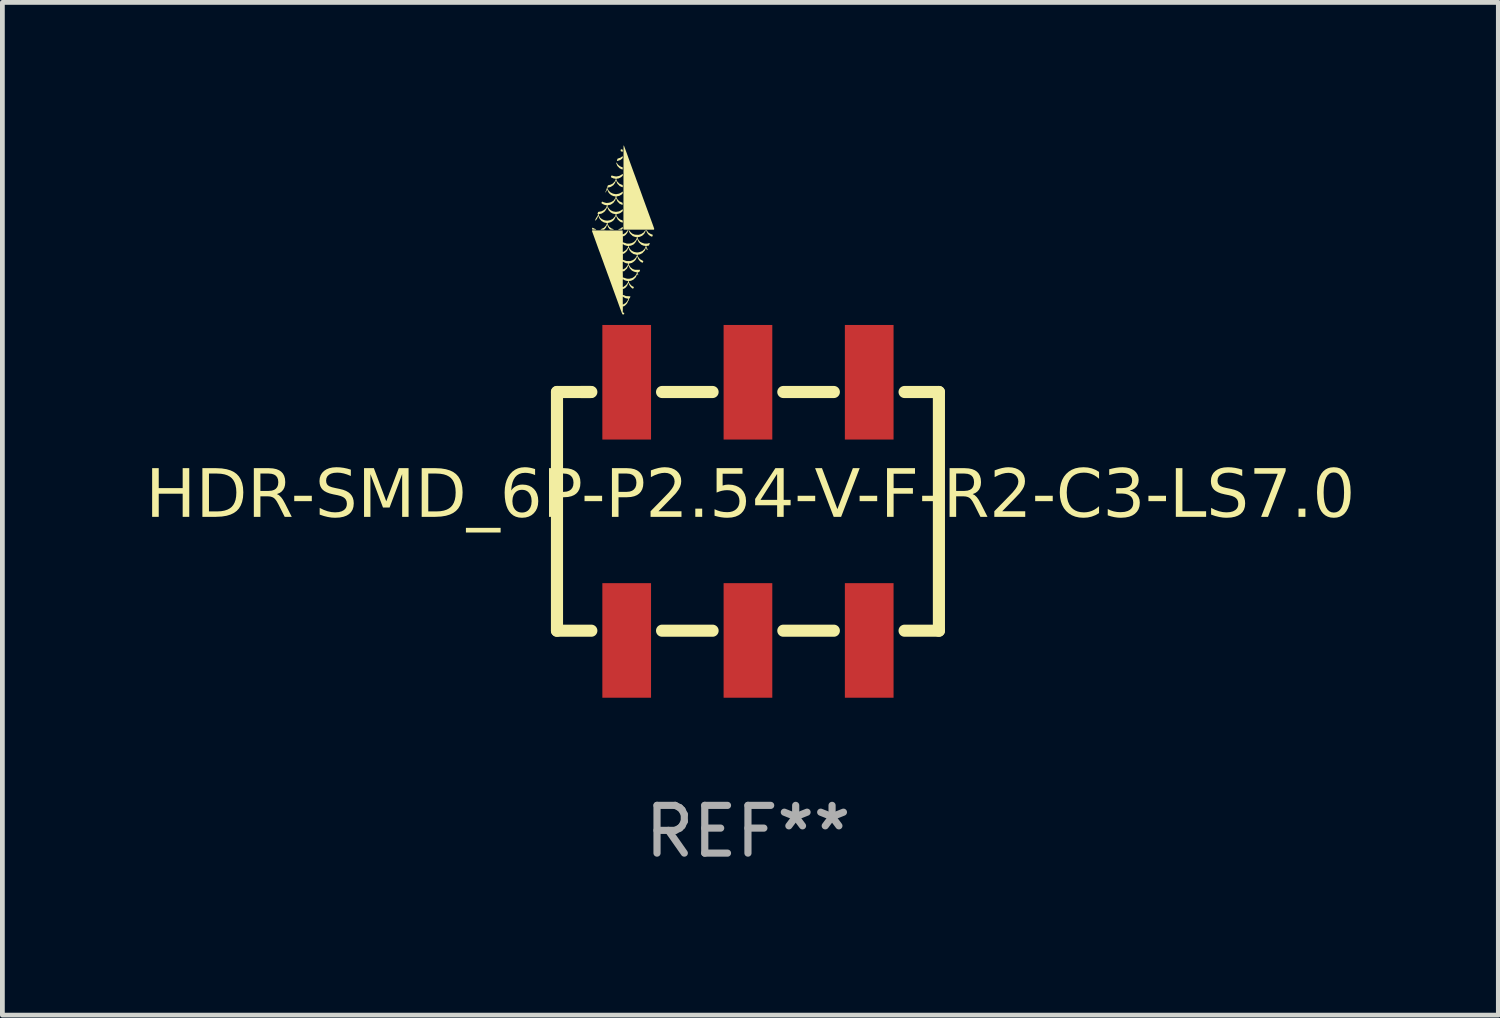
<source format=kicad_pcb>
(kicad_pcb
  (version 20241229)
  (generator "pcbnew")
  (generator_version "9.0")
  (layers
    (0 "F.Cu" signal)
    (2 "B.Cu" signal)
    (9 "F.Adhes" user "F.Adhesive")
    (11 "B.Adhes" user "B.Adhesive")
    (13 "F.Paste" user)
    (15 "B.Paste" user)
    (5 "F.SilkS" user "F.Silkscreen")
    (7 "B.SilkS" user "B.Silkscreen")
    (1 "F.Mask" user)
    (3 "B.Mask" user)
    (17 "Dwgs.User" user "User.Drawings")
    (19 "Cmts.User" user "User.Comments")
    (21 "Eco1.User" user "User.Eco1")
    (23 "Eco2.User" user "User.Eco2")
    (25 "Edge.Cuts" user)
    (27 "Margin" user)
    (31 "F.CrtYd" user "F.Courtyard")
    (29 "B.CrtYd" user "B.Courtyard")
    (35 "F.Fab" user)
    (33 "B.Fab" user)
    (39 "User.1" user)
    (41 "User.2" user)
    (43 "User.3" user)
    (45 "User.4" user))
  (footprint "HDR-SMD_6P-P2.54-V-F-R2-C3-LS7.0"
    (layer "F.Cu")
    (at 12.617 7.661)
    (property "Reference" "HDR-SMD_6P-P2.54-V-F-R2-C3-LS7.0" (at 0.05 -0.3 0) (layer "F.SilkS") (effects (font (face "Anko Personal Use SemBd") (size 1 1) (thickness 0.15))))
    (attr smd)
    (fp_line (start -4 -2.5) (end -4 2.5) (stroke (width 0.254) (type solid)) (layer "F.SilkS"))
    (fp_line (start -4 2.5) (end -3.281 2.5) (stroke (width 0.254) (type solid)) (layer "F.SilkS"))
    (fp_line (start -3.3 -2.5) (end -4 -2.5) (stroke (width 0.254) (type solid)) (layer "F.SilkS"))
    (fp_line (start -3.281 -2.5) (end -3.5 -2.5) (stroke (width 0.254) (type solid)) (layer "F.SilkS"))
    (fp_line (start -1.799 2.5) (end -0.741 2.5) (stroke (width 0.254) (type solid)) (layer "F.SilkS"))
    (fp_line (start -0.741 -2.5) (end -1.799 -2.5) (stroke (width 0.254) (type solid)) (layer "F.SilkS"))
    (fp_line (start 0.741 2.5) (end 1.799 2.5) (stroke (width 0.254) (type solid)) (layer "F.SilkS"))
    (fp_line (start 1.799 -2.5) (end 0.741 -2.5) (stroke (width 0.254) (type solid)) (layer "F.SilkS"))
    (fp_line (start 3.281 2.5) (end 4 2.5) (stroke (width 0.254) (type solid)) (layer "F.SilkS"))
    (fp_line (start 4 -2.5) (end 3.281 -2.5) (stroke (width 0.254) (type solid)) (layer "F.SilkS"))
    (fp_line (start 4 2.5) (end 4 -2.5) (stroke (width 0.254) (type solid)) (layer "F.SilkS"))
    (fp_poly (pts (xy -2.639 -7.58) (xy -2.622 -7.575) (xy -2.622 -7.554) (xy -2.622 -7.534) (xy -2.633 -7.534) (xy -2.634 -7.534) (xy -2.635 -7.534) (xy -2.636 -7.534) (xy -2.638 -7.534) (xy -2.639 -7.535) (xy -2.64 -7.535) (xy -2.642 -7.535) (xy -2.643 -7.536) (xy -2.645 -7.536) (xy -2.646 -7.537) (xy -2.648 -7.537) (xy -2.649 -7.538) (xy -2.651 -7.538) (xy -2.652 -7.539) (xy -2.653 -7.539) (xy -2.655 -7.54) (xy -2.666 -7.546) (xy -2.666 -7.561) (xy -2.665 -7.577) (xy -2.66 -7.581) (xy -2.656 -7.586)) (stroke (width -0.000001) (type solid)) (fill yes) (layer "F.SilkS"))
    (fp_poly (pts (xy -2.622 -5.924) (xy -2.631 -5.913) (xy -2.64 -5.902) (xy -2.671 -5.901) (xy -2.703 -5.9) (xy -2.712 -5.904) (xy -2.722 -5.907) (xy -2.697 -5.915) (xy -2.673 -5.924) (xy -2.652 -5.939) (xy -2.65 -5.941) (xy -2.648 -5.943) (xy -2.644 -5.945) (xy -2.64 -5.948) (xy -2.638 -5.949) (xy -2.636 -5.95) (xy -2.635 -5.952) (xy -2.633 -5.952) (xy -2.632 -5.953) (xy -2.63 -5.954) (xy -2.629 -5.954) (xy -2.628 -5.955) (xy -2.627 -5.955) (xy -2.627 -5.955) (xy -2.627 -5.955) (xy -2.622 -5.955)) (stroke (width -0.000001) (type solid)) (fill yes) (layer "F.SilkS"))
    (fp_poly (pts (xy -2.587 -7.633) (xy -2.568 -7.581) (xy -2.536 -7.495) (xy -2.472 -7.316) (xy -2.408 -7.14) (xy -2.378 -7.058) (xy -2.367 -7.029) (xy -2.361 -7.013) (xy -2.345 -6.968) (xy -2.315 -6.886) (xy -2.245 -6.694) (xy -2.219 -6.622) (xy -2.199 -6.566) (xy -2.078 -6.235) (xy -2.002 -6.028) (xy -1.978 -5.961) (xy -1.968 -5.932) (xy -1.963 -5.915) (xy -1.966 -5.907) (xy -1.969 -5.9) (xy -2.598 -5.9) (xy -2.603 -5.906) (xy -2.608 -5.912) (xy -2.607 -6.787) (xy -2.606 -7.661) (xy -2.598 -7.661)) (stroke (width -0.000001) (type solid)) (fill yes) (layer "F.SilkS"))
    (fp_poly (pts (xy -3.238 -5.933) (xy -3.234 -5.931) (xy -3.23 -5.929) (xy -3.225 -5.927) (xy -3.22 -5.924) (xy -3.215 -5.922) (xy -3.209 -5.92) (xy -3.204 -5.917) (xy -3.2 -5.916) (xy -3.177 -5.907) (xy -3.183 -5.904) (xy -3.189 -5.9) (xy -3.22 -5.9) (xy -3.25 -5.9) (xy -3.258 -5.905) (xy -3.266 -5.909) (xy -3.266 -5.917) (xy -3.266 -5.918) (xy -3.266 -5.919) (xy -3.266 -5.92) (xy -3.265 -5.921) (xy -3.265 -5.922) (xy -3.265 -5.923) (xy -3.264 -5.925) (xy -3.264 -5.926) (xy -3.264 -5.927) (xy -3.263 -5.928) (xy -3.263 -5.929) (xy -3.262 -5.93) (xy -3.261 -5.931) (xy -3.261 -5.932) (xy -3.26 -5.933) (xy -3.26 -5.934) (xy -3.253 -5.943)) (stroke (width -0.000001) (type solid)) (fill yes) (layer "F.SilkS"))
    (fp_poly (pts (xy -2.106 -5.869) (xy -2.088 -5.842) (xy -2.066 -5.827) (xy -2.061 -5.824) (xy -2.055 -5.821) (xy -2.05 -5.818) (xy -2.044 -5.814) (xy -2.038 -5.811) (xy -2.032 -5.809) (xy -2.027 -5.806) (xy -2.022 -5.804) (xy -2.017 -5.803) (xy -2.013 -5.801) (xy -2.009 -5.799) (xy -2.005 -5.798) (xy -2.002 -5.796) (xy -1.999 -5.795) (xy -1.998 -5.795) (xy -1.997 -5.794) (xy -1.997 -5.794) (xy -1.996 -5.793) (xy -1.993 -5.791) (xy -1.998 -5.773) (xy -2.003 -5.756) (xy -2.013 -5.756) (xy -2.023 -5.756) (xy -2.044 -5.768) (xy -2.048 -5.771) (xy -2.053 -5.774) (xy -2.057 -5.777) (xy -2.062 -5.78) (xy -2.067 -5.783) (xy -2.071 -5.786) (xy -2.075 -5.79) (xy -2.076 -5.791) (xy -2.078 -5.792) (xy -2.08 -5.795) (xy -2.084 -5.799) (xy -2.087 -5.802) (xy -2.091 -5.806) (xy -2.094 -5.811) (xy -2.098 -5.815) (xy -2.101 -5.819) (xy -2.103 -5.823) (xy -2.106 -5.827) (xy -2.109 -5.832) (xy -2.112 -5.837) (xy -2.115 -5.843) (xy -2.118 -5.848) (xy -2.12 -5.854) (xy -2.123 -5.859) (xy -2.125 -5.864) (xy -2.133 -5.886) (xy -2.128 -5.891) (xy -2.124 -5.895)) (stroke (width -0.000001) (type solid)) (fill yes) (layer "F.SilkS"))
    (fp_poly (pts (xy -2.757 -7.307) (xy -2.756 -7.307) (xy -2.756 -7.307) (xy -2.755 -7.306) (xy -2.754 -7.305) (xy -2.753 -7.304) (xy -2.752 -7.303) (xy -2.751 -7.302) (xy -2.749 -7.3) (xy -2.746 -7.297) (xy -2.743 -7.293) (xy -2.74 -7.289) (xy -2.737 -7.284) (xy -2.722 -7.262) (xy -2.703 -7.246) (xy -2.699 -7.243) (xy -2.694 -7.24) (xy -2.69 -7.236) (xy -2.685 -7.233) (xy -2.68 -7.23) (xy -2.676 -7.227) (xy -2.672 -7.225) (xy -2.67 -7.224) (xy -2.668 -7.223) (xy -2.665 -7.221) (xy -2.661 -7.219) (xy -2.653 -7.216) (xy -2.648 -7.214) (xy -2.644 -7.212) (xy -2.64 -7.211) (xy -2.637 -7.209) (xy -2.622 -7.204) (xy -2.623 -7.183) (xy -2.625 -7.162) (xy -2.629 -7.161) (xy -2.63 -7.161) (xy -2.631 -7.161) (xy -2.632 -7.161) (xy -2.633 -7.161) (xy -2.636 -7.162) (xy -2.64 -7.163) (xy -2.644 -7.165) (xy -2.649 -7.167) (xy -2.654 -7.169) (xy -2.659 -7.172) (xy -2.685 -7.184) (xy -2.709 -7.208) (xy -2.734 -7.233) (xy -2.745 -7.257) (xy -2.747 -7.262) (xy -2.749 -7.268) (xy -2.751 -7.273) (xy -2.753 -7.278) (xy -2.755 -7.283) (xy -2.756 -7.287) (xy -2.758 -7.291) (xy -2.758 -7.294) (xy -2.761 -7.307) (xy -2.757 -7.307)) (stroke (width -0.000001) (type solid)) (fill yes) (layer "F.SilkS"))
    (fp_poly (pts (xy -2.622 -7.406) (xy -2.629 -7.396) (xy -2.63 -7.395) (xy -2.631 -7.394) (xy -2.632 -7.392) (xy -2.634 -7.391) (xy -2.637 -7.388) (xy -2.64 -7.385) (xy -2.644 -7.382) (xy -2.648 -7.378) (xy -2.652 -7.375) (xy -2.656 -7.372) (xy -2.676 -7.359) (xy -2.705 -7.349) (xy -2.705 -7.349) (xy -2.711 -7.347) (xy -2.716 -7.345) (xy -2.721 -7.344) (xy -2.726 -7.342) (xy -2.73 -7.341) (xy -2.734 -7.34) (xy -2.736 -7.34) (xy -2.737 -7.339) (xy -2.738 -7.339) (xy -2.738 -7.339) (xy -2.738 -7.339) (xy -2.738 -7.339) (xy -2.739 -7.339) (xy -2.739 -7.34) (xy -2.74 -7.34) (xy -2.74 -7.34) (xy -2.74 -7.34) (xy -2.741 -7.34) (xy -2.741 -7.34) (xy -2.742 -7.341) (xy -2.742 -7.341) (xy -2.743 -7.341) (xy -2.743 -7.342) (xy -2.743 -7.342) (xy -2.744 -7.342) (xy -2.744 -7.342) (xy -2.744 -7.342) (xy -2.744 -7.343) (xy -2.744 -7.343) (xy -2.744 -7.343) (xy -2.744 -7.343) (xy -2.744 -7.344) (xy -2.744 -7.345) (xy -2.744 -7.346) (xy -2.744 -7.347) (xy -2.744 -7.348) (xy -2.743 -7.351) (xy -2.743 -7.355) (xy -2.741 -7.358) (xy -2.74 -7.362) (xy -2.739 -7.367) (xy -2.731 -7.387) (xy -2.701 -7.398) (xy -2.671 -7.408) (xy -2.651 -7.422) (xy -2.647 -7.425) (xy -2.643 -7.428) (xy -2.639 -7.43) (xy -2.638 -7.431) (xy -2.636 -7.432) (xy -2.634 -7.433) (xy -2.633 -7.434) (xy -2.631 -7.435) (xy -2.63 -7.436) (xy -2.629 -7.436) (xy -2.628 -7.436) (xy -2.627 -7.437) (xy -2.627 -7.437) (xy -2.627 -7.437) (xy -2.622 -7.437)) (stroke (width -0.000001) (type solid)) (fill yes) (layer "F.SilkS"))
    (fp_poly (pts (xy -2.622 -7.032) (xy -2.64 -7.015) (xy -2.658 -6.999) (xy -2.684 -6.986) (xy -2.711 -6.973) (xy -2.732 -6.971) (xy -2.753 -6.968) (xy -2.755 -6.961) (xy -2.758 -6.954) (xy -2.747 -6.931) (xy -2.736 -6.907) (xy -2.714 -6.886) (xy -2.693 -6.864) (xy -2.67 -6.853) (xy -2.666 -6.851) (xy -2.661 -6.849) (xy -2.656 -6.847) (xy -2.651 -6.845) (xy -2.647 -6.843) (xy -2.642 -6.842) (xy -2.639 -6.84) (xy -2.636 -6.84) (xy -2.625 -6.836) (xy -2.623 -6.816) (xy -2.622 -6.796) (xy -2.626 -6.792) (xy -2.63 -6.788) (xy -2.658 -6.801) (xy -2.685 -6.813) (xy -2.708 -6.837) (xy -2.732 -6.86) (xy -2.744 -6.886) (xy -2.746 -6.891) (xy -2.748 -6.896) (xy -2.753 -6.906) (xy -2.755 -6.91) (xy -2.756 -6.914) (xy -2.758 -6.917) (xy -2.758 -6.92) (xy -2.761 -6.928) (xy -2.765 -6.926) (xy -2.765 -6.925) (xy -2.766 -6.925) (xy -2.766 -6.924) (xy -2.767 -6.923) (xy -2.768 -6.92) (xy -2.77 -6.917) (xy -2.772 -6.913) (xy -2.773 -6.909) (xy -2.775 -6.905) (xy -2.777 -6.9) (xy -2.787 -6.876) (xy -2.803 -6.854) (xy -2.819 -6.832) (xy -2.844 -6.816) (xy -2.869 -6.799) (xy -2.893 -6.791) (xy -2.898 -6.79) (xy -2.903 -6.788) (xy -2.908 -6.787) (xy -2.913 -6.786) (xy -2.917 -6.785) (xy -2.921 -6.784) (xy -2.924 -6.784) (xy -2.925 -6.784) (xy -2.926 -6.784) (xy -2.927 -6.784) (xy -2.928 -6.784) (xy -2.929 -6.784) (xy -2.93 -6.783) (xy -2.931 -6.783) (xy -2.932 -6.783) (xy -2.933 -6.783) (xy -2.934 -6.783) (xy -2.935 -6.782) (xy -2.936 -6.782) (xy -2.937 -6.782) (xy -2.938 -6.781) (xy -2.939 -6.781) (xy -2.94 -6.781) (xy -2.94 -6.78) (xy -2.941 -6.78) (xy -2.947 -6.776) (xy -2.933 -6.747) (xy -2.918 -6.719) (xy -2.899 -6.7) (xy -2.88 -6.681) (xy -2.827 -6.655) (xy -2.796 -6.649) (xy -2.765 -6.643) (xy -2.734 -6.649) (xy -2.703 -6.654) (xy -2.682 -6.663) (xy -2.678 -6.665) (xy -2.673 -6.668) (xy -2.668 -6.67) (xy -2.663 -6.673) (xy -2.658 -6.676) (xy -2.654 -6.679) (xy -2.649 -6.681) (xy -2.646 -6.684) (xy -2.644 -6.685) (xy -2.642 -6.686) (xy -2.639 -6.689) (xy -2.638 -6.69) (xy -2.636 -6.691) (xy -2.635 -6.692) (xy -2.633 -6.692) (xy -2.632 -6.693) (xy -2.631 -6.694) (xy -2.63 -6.694) (xy -2.629 -6.695) (xy -2.628 -6.695) (xy -2.627 -6.696) (xy -2.626 -6.696) (xy -2.626 -6.696) (xy -2.626 -6.696) (xy -2.622 -6.696) (xy -2.622 -6.664) (xy -2.633 -6.651) (xy -2.644 -6.638) (xy -2.67 -6.623) (xy -2.695 -6.608) (xy -2.725 -6.602) (xy -2.754 -6.596) (xy -2.757 -6.581) (xy -2.745 -6.558) (xy -2.734 -6.535) (xy -2.713 -6.514) (xy -2.692 -6.493) (xy -2.665 -6.481) (xy -2.654 -6.476) (xy -2.644 -6.471) (xy -2.636 -6.467) (xy -2.633 -6.466) (xy -2.632 -6.465) (xy -2.625 -6.461) (xy -2.625 -6.42) (xy -2.636 -6.422) (xy -2.637 -6.422) (xy -2.639 -6.423) (xy -2.641 -6.423) (xy -2.642 -6.424) (xy -2.646 -6.425) (xy -2.651 -6.427) (xy -2.656 -6.429) (xy -2.66 -6.431) (xy -2.665 -6.433) (xy -2.67 -6.436) (xy -2.692 -6.447) (xy -2.713 -6.47) (xy -2.734 -6.492) (xy -2.745 -6.517) (xy -2.749 -6.527) (xy -2.753 -6.536) (xy -2.756 -6.544) (xy -2.757 -6.547) (xy -2.758 -6.549) (xy -2.758 -6.55) (xy -2.759 -6.55) (xy -2.759 -6.551) (xy -2.76 -6.552) (xy -2.76 -6.553) (xy -2.76 -6.553) (xy -2.761 -6.554) (xy -2.761 -6.555) (xy -2.762 -6.555) (xy -2.762 -6.555) (xy -2.762 -6.556) (xy -2.762 -6.556) (xy -2.763 -6.556) (xy -2.763 -6.556) (xy -2.763 -6.556) (xy -2.763 -6.556) (xy -2.763 -6.557) (xy -2.764 -6.557) (xy -2.764 -6.557) (xy -2.764 -6.557) (xy -2.764 -6.557) (xy -2.765 -6.557) (xy -2.765 -6.557) (xy -2.769 -6.557) (xy -2.774 -6.537) (xy -2.779 -6.517) (xy -2.8 -6.489) (xy -2.82 -6.461) (xy -2.877 -6.423) (xy -2.904 -6.418) (xy -2.914 -6.416) (xy -2.924 -6.414) (xy -2.928 -6.413) (xy -2.932 -6.412) (xy -2.934 -6.411) (xy -2.936 -6.411) (xy -2.942 -6.409) (xy -2.942 -6.39) (xy -2.93 -6.369) (xy -2.928 -6.367) (xy -2.927 -6.364) (xy -2.923 -6.359) (xy -2.919 -6.354) (xy -2.915 -6.348) (xy -2.911 -6.343) (xy -2.906 -6.337) (xy -2.901 -6.332) (xy -2.897 -6.328) (xy -2.877 -6.308) (xy -2.852 -6.295) (xy -2.827 -6.283) (xy -2.797 -6.278) (xy -2.767 -6.273) (xy -2.734 -6.278) (xy -2.702 -6.283) (xy -2.677 -6.295) (xy -2.672 -6.298) (xy -2.667 -6.301) (xy -2.662 -6.304) (xy -2.657 -6.307) (xy -2.652 -6.309) (xy -2.648 -6.312) (xy -2.647 -6.313) (xy -2.645 -6.315) (xy -2.644 -6.316) (xy -2.643 -6.317) (xy -2.642 -6.317) (xy -2.641 -6.318) (xy -2.64 -6.319) (xy -2.639 -6.32) (xy -2.638 -6.321) (xy -2.637 -6.322) (xy -2.635 -6.322) (xy -2.634 -6.323) (xy -2.633 -6.323) (xy -2.632 -6.324) (xy -2.632 -6.324) (xy -2.631 -6.325) (xy -2.63 -6.325) (xy -2.629 -6.325) (xy -2.628 -6.325) (xy -2.628 -6.325) (xy -2.628 -6.325) (xy -2.622 -6.325) (xy -2.622 -6.289) (xy -2.642 -6.272) (xy -2.646 -6.269) (xy -2.651 -6.265) (xy -2.656 -6.261) (xy -2.661 -6.258) (xy -2.665 -6.254) (xy -2.67 -6.252) (xy -2.674 -6.249) (xy -2.676 -6.248) (xy -2.678 -6.247) (xy -2.682 -6.245) (xy -2.686 -6.243) (xy -2.691 -6.241) (xy -2.697 -6.239) (xy -2.703 -6.238) (xy -2.708 -6.236) (xy -2.714 -6.234) (xy -2.72 -6.233) (xy -2.73 -6.231) (xy -2.739 -6.228) (xy -2.747 -6.226) (xy -2.751 -6.225) (xy -2.758 -6.223) (xy -2.755 -6.209) (xy -2.752 -6.195) (xy -2.735 -6.17) (xy -2.718 -6.145) (xy -2.693 -6.126) (xy -2.668 -6.108) (xy -2.651 -6.103) (xy -2.647 -6.102) (xy -2.644 -6.1) (xy -2.64 -6.099) (xy -2.637 -6.098) (xy -2.634 -6.096) (xy -2.633 -6.096) (xy -2.632 -6.095) (xy -2.631 -6.094) (xy -2.63 -6.094) (xy -2.629 -6.093) (xy -2.628 -6.093) (xy -2.622 -6.088) (xy -2.622 -6.053) (xy -2.627 -6.05) (xy -2.631 -6.048) (xy -2.656 -6.058) (xy -2.68 -6.069) (xy -2.704 -6.091) (xy -2.728 -6.113) (xy -2.742 -6.142) (xy -2.745 -6.148) (xy -2.748 -6.154) (xy -2.752 -6.164) (xy -2.755 -6.169) (xy -2.756 -6.173) (xy -2.758 -6.177) (xy -2.758 -6.179) (xy -2.761 -6.187) (xy -2.765 -6.185) (xy -2.766 -6.184) (xy -2.766 -6.184) (xy -2.767 -6.183) (xy -2.768 -6.182) (xy -2.768 -6.181) (xy -2.769 -6.18) (xy -2.77 -6.177) (xy -2.772 -6.173) (xy -2.774 -6.17) (xy -2.775 -6.165) (xy -2.777 -6.161) (xy -2.777 -6.159) (xy -2.778 -6.157) (xy -2.78 -6.152) (xy -2.783 -6.146) (xy -2.786 -6.141) (xy -2.789 -6.135) (xy -2.792 -6.13) (xy -2.795 -6.124) (xy -2.798 -6.12) (xy -2.812 -6.099) (xy -2.832 -6.083) (xy -2.837 -6.079) (xy -2.841 -6.076) (xy -2.846 -6.072) (xy -2.852 -6.069) (xy -2.857 -6.066) (xy -2.862 -6.063) (xy -2.866 -6.06) (xy -2.868 -6.059) (xy -2.87 -6.059) (xy -2.875 -6.057) (xy -2.879 -6.055) (xy -2.885 -6.053) (xy -2.891 -6.051) (xy -2.897 -6.05) (xy -2.903 -6.048) (xy -2.908 -6.046) (xy -2.914 -6.045) (xy -2.939 -6.04) (xy -2.939 -6.025) (xy -2.938 -6.01) (xy -2.921 -5.985) (xy -2.905 -5.96) (xy -2.883 -5.944) (xy -2.861 -5.927) (xy -2.833 -5.917) (xy -2.805 -5.907) (xy -2.817 -5.904) (xy -2.82 -5.903) (xy -2.823 -5.902) (xy -2.827 -5.902) (xy -2.831 -5.901) (xy -2.836 -5.901) (xy -2.841 -5.9) (xy -2.845 -5.9) (xy -2.85 -5.9) (xy -2.872 -5.9) (xy -2.883 -5.904) (xy -2.894 -5.908) (xy -2.909 -5.927) (xy -2.925 -5.947) (xy -2.935 -5.973) (xy -2.946 -5.999) (xy -2.95 -5.998) (xy -2.95 -5.998) (xy -2.951 -5.998) (xy -2.951 -5.997) (xy -2.952 -5.996) (xy -2.954 -5.993) (xy -2.955 -5.99) (xy -2.957 -5.985) (xy -2.96 -5.981) (xy -2.962 -5.975) (xy -2.964 -5.97) (xy -2.975 -5.942) (xy -2.994 -5.921) (xy -3.014 -5.9) (xy -3.046 -5.9) (xy -3.053 -5.9) (xy -3.059 -5.9) (xy -3.065 -5.901) (xy -3.071 -5.901) (xy -3.076 -5.901) (xy -3.08 -5.902) (xy -3.081 -5.902) (xy -3.083 -5.902) (xy -3.084 -5.903) (xy -3.085 -5.903) (xy -3.091 -5.905) (xy -3.055 -5.923) (xy -3.018 -5.94) (xy -2.999 -5.959) (xy -2.98 -5.979) (xy -2.967 -6.002) (xy -2.955 -6.025) (xy -2.956 -6.032) (xy -2.958 -6.04) (xy -2.988 -6.046) (xy -3.017 -6.052) (xy -3.042 -6.067) (xy -3.068 -6.082) (xy -3.086 -6.103) (xy -3.105 -6.124) (xy -3.116 -6.147) (xy -3.118 -6.152) (xy -3.12 -6.157) (xy -3.122 -6.162) (xy -3.124 -6.166) (xy -3.126 -6.17) (xy -3.127 -6.174) (xy -3.128 -6.177) (xy -3.129 -6.179) (xy -3.132 -6.188) (xy -3.136 -6.184) (xy -3.136 -6.183) (xy -3.137 -6.183) (xy -3.138 -6.181) (xy -3.139 -6.178) (xy -3.141 -6.175) (xy -3.142 -6.171) (xy -3.144 -6.168) (xy -3.146 -6.163) (xy -3.147 -6.159) (xy -3.149 -6.155) (xy -3.151 -6.15) (xy -3.154 -6.145) (xy -3.157 -6.139) (xy -3.16 -6.134) (xy -3.163 -6.128) (xy -3.166 -6.123) (xy -3.169 -6.119) (xy -3.17 -6.117) (xy -3.172 -6.115) (xy -3.174 -6.113) (xy -3.175 -6.111) (xy -3.177 -6.109) (xy -3.178 -6.107) (xy -3.18 -6.105) (xy -3.181 -6.103) (xy -3.183 -6.102) (xy -3.184 -6.1) (xy -3.186 -6.099) (xy -3.187 -6.097) (xy -3.189 -6.096) (xy -3.19 -6.095) (xy -3.191 -6.094) (xy -3.192 -6.094) (xy -3.201 -6.089) (xy -3.201 -6.094) (xy -3.201 -6.094) (xy -3.201 -6.095) (xy -3.2 -6.097) (xy -3.2 -6.1) (xy -3.199 -6.103) (xy -3.198 -6.106) (xy -3.196 -6.11) (xy -3.195 -6.114) (xy -3.193 -6.118) (xy -3.193 -6.12) (xy -3.192 -6.123) (xy -3.189 -6.127) (xy -3.187 -6.132) (xy -3.184 -6.137) (xy -3.181 -6.142) (xy -3.178 -6.147) (xy -3.176 -6.151) (xy -3.174 -6.153) (xy -3.173 -6.155) (xy -3.17 -6.159) (xy -3.167 -6.163) (xy -3.164 -6.168) (xy -3.161 -6.173) (xy -3.157 -6.178) (xy -3.154 -6.183) (xy -3.152 -6.188) (xy -3.149 -6.193) (xy -3.141 -6.21) (xy -3.128 -6.21) (xy -3.113 -6.182) (xy -3.097 -6.153) (xy -3.079 -6.138) (xy -3.06 -6.122) (xy -3.035 -6.11) (xy -3.03 -6.107) (xy -3.024 -6.105) (xy -3.018 -6.103) (xy -3.012 -6.1) (xy -3.006 -6.098) (xy -3.001 -6.097) (xy -2.996 -6.095) (xy -2.991 -6.094) (xy -2.991 -6.094) (xy -2.987 -6.093) (xy -2.982 -6.093) (xy -2.977 -6.092) (xy -2.972 -6.091) (xy -2.967 -6.091) (xy -2.961 -6.09) (xy -2.957 -6.09) (xy -2.952 -6.09) (xy -2.948 -6.09) (xy -2.943 -6.09) (xy -2.937 -6.09) (xy -2.931 -6.091) (xy -2.925 -6.092) (xy -2.919 -6.093) (xy -2.914 -6.094) (xy -2.908 -6.095) (xy -2.884 -6.1) (xy -2.858 -6.113) (xy -2.833 -6.125) (xy -2.811 -6.148) (xy -2.79 -6.171) (xy -2.78 -6.191) (xy -2.77 -6.21) (xy -2.771 -6.218) (xy -2.773 -6.225) (xy -2.802 -6.231) (xy -2.831 -6.237) (xy -2.856 -6.251) (xy -2.881 -6.266) (xy -2.901 -6.288) (xy -2.92 -6.309) (xy -2.93 -6.332) (xy -2.935 -6.342) (xy -2.938 -6.352) (xy -2.942 -6.359) (xy -2.943 -6.363) (xy -2.944 -6.365) (xy -2.947 -6.374) (xy -2.954 -6.365) (xy -2.954 -6.364) (xy -2.955 -6.363) (xy -2.956 -6.362) (xy -2.956 -6.361) (xy -2.957 -6.36) (xy -2.957 -6.359) (xy -2.958 -6.358) (xy -2.958 -6.357) (xy -2.959 -6.355) (xy -2.959 -6.354) (xy -2.959 -6.353) (xy -2.96 -6.352) (xy -2.96 -6.351) (xy -2.96 -6.35) (xy -2.96 -6.349) (xy -2.96 -6.348) (xy -2.96 -6.341) (xy -2.978 -6.313) (xy -2.996 -6.286) (xy -3.011 -6.273) (xy -3.014 -6.271) (xy -3.018 -6.267) (xy -3.023 -6.264) (xy -3.027 -6.261) (xy -3.032 -6.258) (xy -3.037 -6.254) (xy -3.042 -6.251) (xy -3.046 -6.249) (xy -3.066 -6.237) (xy -3.095 -6.231) (xy -3.125 -6.225) (xy -3.126 -6.218) (xy -3.128 -6.21) (xy -3.141 -6.21) (xy -3.139 -6.214) (xy -3.145 -6.225) (xy -3.151 -6.237) (xy -3.144 -6.254) (xy -3.137 -6.272) (xy -3.104 -6.278) (xy -3.07 -6.284) (xy -3.044 -6.297) (xy -3.018 -6.311) (xy -2.999 -6.329) (xy -2.981 -6.346) (xy -2.968 -6.372) (xy -2.954 -6.398) (xy -2.957 -6.406) (xy -2.96 -6.413) (xy -2.972 -6.413) (xy -2.973 -6.413) (xy -2.974 -6.414) (xy -2.978 -6.414) (xy -2.982 -6.415) (xy -2.986 -6.416) (xy -2.991 -6.417) (xy -2.996 -6.418) (xy -3.001 -6.419) (xy -3.005 -6.421) (xy -3.01 -6.423) (xy -3.015 -6.425) (xy -3.021 -6.427) (xy -3.027 -6.43) (xy -3.032 -6.432) (xy -3.038 -6.435) (xy -3.043 -6.438) (xy -3.047 -6.441) (xy -3.067 -6.453) (xy -3.067 -6.462) (xy -3.067 -6.463) (xy -3.067 -6.464) (xy -3.066 -6.466) (xy -3.066 -6.467) (xy -3.066 -6.468) (xy -3.066 -6.469) (xy -3.065 -6.47) (xy -3.065 -6.472) (xy -3.065 -6.473) (xy -3.064 -6.474) (xy -3.064 -6.475) (xy -3.063 -6.476) (xy -3.062 -6.477) (xy -3.062 -6.478) (xy -3.061 -6.479) (xy -3.061 -6.48) (xy -3.055 -6.489) (xy -3.04 -6.481) (xy -3.036 -6.479) (xy -3.032 -6.478) (xy -3.026 -6.476) (xy -3.02 -6.474) (xy -3.014 -6.472) (xy -3.007 -6.47) (xy -3.001 -6.468) (xy -2.994 -6.466) (xy -2.963 -6.459) (xy -2.934 -6.462) (xy -2.928 -6.462) (xy -2.922 -6.463) (xy -2.915 -6.465) (xy -2.908 -6.466) (xy -2.901 -6.467) (xy -2.894 -6.469) (xy -2.888 -6.47) (xy -2.883 -6.472) (xy -2.878 -6.474) (xy -2.873 -6.476) (xy -2.867 -6.479) (xy -2.86 -6.482) (xy -2.854 -6.485) (xy -2.848 -6.488) (xy -2.842 -6.492) (xy -2.837 -6.495) (xy -2.814 -6.51) (xy -2.799 -6.531) (xy -2.796 -6.536) (xy -2.793 -6.541) (xy -2.789 -6.546) (xy -2.786 -6.551) (xy -2.783 -6.556) (xy -2.781 -6.561) (xy -2.779 -6.565) (xy -2.777 -6.569) (xy -2.77 -6.586) (xy -2.772 -6.592) (xy -2.774 -6.597) (xy -2.795 -6.6) (xy -2.816 -6.603) (xy -2.842 -6.614) (xy -2.867 -6.626) (xy -2.891 -6.647) (xy -2.914 -6.669) (xy -2.928 -6.697) (xy -2.931 -6.703) (xy -2.933 -6.708) (xy -2.936 -6.714) (xy -2.938 -6.719) (xy -2.939 -6.723) (xy -2.94 -6.725) (xy -2.941 -6.727) (xy -2.941 -6.728) (xy -2.941 -6.729) (xy -2.942 -6.73) (xy -2.942 -6.731) (xy -2.942 -6.731) (xy -2.942 -6.732) (xy -2.942 -6.732) (xy -2.942 -6.733) (xy -2.942 -6.734) (xy -2.942 -6.734) (xy -2.942 -6.735) (xy -2.943 -6.735) (xy -2.943 -6.736) (xy -2.943 -6.737) (xy -2.944 -6.737) (xy -2.944 -6.738) (xy -2.944 -6.738) (xy -2.945 -6.739) (xy -2.945 -6.739) (xy -2.945 -6.739) (xy -2.945 -6.739) (xy -2.946 -6.739) (xy -2.946 -6.739) (xy -2.946 -6.74) (xy -2.95 -6.742) (xy -2.964 -6.712) (xy -2.978 -6.682) (xy -2.988 -6.682) (xy -2.976 -6.713) (xy -2.97 -6.728) (xy -2.963 -6.747) (xy -2.957 -6.766) (xy -2.95 -6.784) (xy -2.937 -6.823) (xy -2.93 -6.828) (xy -2.929 -6.829) (xy -2.928 -6.829) (xy -2.927 -6.83) (xy -2.926 -6.831) (xy -2.923 -6.832) (xy -2.92 -6.833) (xy -2.916 -6.834) (xy -2.912 -6.835) (xy -2.908 -6.836) (xy -2.904 -6.837) (xy -2.885 -6.84) (xy -2.86 -6.851) (xy -2.836 -6.863) (xy -2.813 -6.886) (xy -2.79 -6.909) (xy -2.78 -6.932) (xy -2.769 -6.954) (xy -2.772 -6.961) (xy -2.774 -6.968) (xy -2.797 -6.971) (xy -2.819 -6.974) (xy -2.843 -6.986) (xy -2.868 -6.997) (xy -2.868 -7.018) (xy -2.861 -7.027) (xy -2.855 -7.036) (xy -2.829 -7.028) (xy -2.823 -7.026) (xy -2.817 -7.024) (xy -2.811 -7.023) (xy -2.804 -7.021) (xy -2.797 -7.02) (xy -2.791 -7.019) (xy -2.785 -7.018) (xy -2.78 -7.017) (xy -2.757 -7.014) (xy -2.728 -7.02) (xy -2.699 -7.025) (xy -2.676 -7.037) (xy -2.671 -7.039) (xy -2.666 -7.042) (xy -2.661 -7.045) (xy -2.656 -7.048) (xy -2.652 -7.05) (xy -2.648 -7.053) (xy -2.647 -7.054) (xy -2.645 -7.055) (xy -2.644 -7.056) (xy -2.643 -7.057) (xy -2.642 -7.058) (xy -2.641 -7.059) (xy -2.64 -7.06) (xy -2.639 -7.061) (xy -2.638 -7.062) (xy -2.637 -7.062) (xy -2.636 -7.063) (xy -2.634 -7.064) (xy -2.633 -7.064) (xy -2.632 -7.065) (xy -2.632 -7.065) (xy -2.631 -7.066) (xy -2.63 -7.066) (xy -2.629 -7.066) (xy -2.628 -7.066) (xy -2.628 -7.066) (xy -2.628 -7.066) (xy -2.622 -7.066)) (stroke (width -0.000001) (type solid)) (fill yes) (layer "F.SilkS"))
    (fp_poly (pts (xy -2.51 -5.89) (xy -2.508 -5.883) (xy -2.517 -5.86) (xy -2.526 -5.836) (xy -2.543 -5.814) (xy -2.56 -5.792) (xy -2.579 -5.778) (xy -2.599 -5.764) (xy -2.609 -5.763) (xy -2.62 -5.763) (xy -2.62 -5.634) (xy -2.611 -5.633) (xy -2.608 -5.632) (xy -2.605 -5.631) (xy -2.6 -5.63) (xy -2.595 -5.628) (xy -2.582 -5.624) (xy -2.576 -5.622) (xy -2.569 -5.62) (xy -2.537 -5.608) (xy -2.51 -5.608) (xy -2.484 -5.608) (xy -2.459 -5.613) (xy -2.435 -5.618) (xy -2.412 -5.63) (xy -2.39 -5.641) (xy -2.35 -5.681) (xy -2.338 -5.705) (xy -2.335 -5.709) (xy -2.333 -5.714) (xy -2.331 -5.719) (xy -2.329 -5.723) (xy -2.328 -5.727) (xy -2.327 -5.729) (xy -2.327 -5.73) (xy -2.326 -5.732) (xy -2.326 -5.733) (xy -2.326 -5.734) (xy -2.326 -5.735) (xy -2.326 -5.741) (xy -2.346 -5.745) (xy -2.35 -5.745) (xy -2.355 -5.747) (xy -2.361 -5.748) (xy -2.367 -5.75) (xy -2.373 -5.751) (xy -2.379 -5.753) (xy -2.384 -5.755) (xy -2.39 -5.757) (xy -2.414 -5.766) (xy -2.442 -5.792) (xy -2.47 -5.818) (xy -2.484 -5.845) (xy -2.497 -5.872) (xy -2.497 -5.89) (xy -2.493 -5.89) (xy -2.493 -5.89) (xy -2.493 -5.89) (xy -2.492 -5.89) (xy -2.491 -5.89) (xy -2.491 -5.889) (xy -2.49 -5.888) (xy -2.489 -5.888) (xy -2.488 -5.887) (xy -2.487 -5.886) (xy -2.486 -5.884) (xy -2.485 -5.883) (xy -2.484 -5.882) (xy -2.483 -5.881) (xy -2.482 -5.879) (xy -2.481 -5.878) (xy -2.48 -5.876) (xy -2.479 -5.874) (xy -2.478 -5.873) (xy -2.476 -5.871) (xy -2.475 -5.869) (xy -2.473 -5.866) (xy -2.469 -5.862) (xy -2.465 -5.857) (xy -2.46 -5.852) (xy -2.456 -5.847) (xy -2.451 -5.842) (xy -2.446 -5.838) (xy -2.423 -5.817) (xy -2.396 -5.806) (xy -2.37 -5.796) (xy -2.33 -5.794) (xy -2.29 -5.792) (xy -2.263 -5.8) (xy -2.236 -5.808) (xy -2.186 -5.841) (xy -2.168 -5.866) (xy -2.166 -5.868) (xy -2.164 -5.871) (xy -2.162 -5.873) (xy -2.161 -5.875) (xy -2.159 -5.877) (xy -2.157 -5.879) (xy -2.155 -5.881) (xy -2.154 -5.883) (xy -2.152 -5.885) (xy -2.151 -5.886) (xy -2.15 -5.887) (xy -2.148 -5.888) (xy -2.147 -5.889) (xy -2.147 -5.89) (xy -2.146 -5.89) (xy -2.146 -5.89) (xy -2.145 -5.89) (xy -2.145 -5.89) (xy -2.141 -5.89) (xy -2.141 -5.884) (xy -2.141 -5.883) (xy -2.141 -5.882) (xy -2.142 -5.879) (xy -2.144 -5.875) (xy -2.146 -5.87) (xy -2.148 -5.864) (xy -2.151 -5.858) (xy -2.154 -5.852) (xy -2.157 -5.845) (xy -2.173 -5.813) (xy -2.194 -5.793) (xy -2.215 -5.774) (xy -2.244 -5.76) (xy -2.25 -5.758) (xy -2.256 -5.755) (xy -2.262 -5.753) (xy -2.267 -5.751) (xy -2.272 -5.749) (xy -2.274 -5.748) (xy -2.276 -5.748) (xy -2.278 -5.747) (xy -2.28 -5.747) (xy -2.281 -5.747) (xy -2.282 -5.747) (xy -2.284 -5.747) (xy -2.286 -5.746) (xy -2.289 -5.746) (xy -2.292 -5.746) (xy -2.294 -5.745) (xy -2.297 -5.745) (xy -2.299 -5.744) (xy -2.302 -5.744) (xy -2.312 -5.741) (xy -2.312 -5.732) (xy -2.312 -5.731) (xy -2.312 -5.73) (xy -2.312 -5.729) (xy -2.311 -5.727) (xy -2.311 -5.726) (xy -2.31 -5.724) (xy -2.309 -5.72) (xy -2.308 -5.716) (xy -2.306 -5.712) (xy -2.304 -5.708) (xy -2.302 -5.704) (xy -2.301 -5.702) (xy -2.3 -5.7) (xy -2.297 -5.696) (xy -2.294 -5.69) (xy -2.29 -5.685) (xy -2.286 -5.68) (xy -2.282 -5.674) (xy -2.278 -5.669) (xy -2.274 -5.665) (xy -2.255 -5.644) (xy -2.231 -5.632) (xy -2.226 -5.63) (xy -2.22 -5.627) (xy -2.214 -5.625) (xy -2.208 -5.622) (xy -2.202 -5.62) (xy -2.196 -5.618) (xy -2.19 -5.616) (xy -2.185 -5.614) (xy -2.162 -5.608) (xy -2.134 -5.608) (xy -2.106 -5.608) (xy -2.084 -5.615) (xy -2.062 -5.621) (xy -2.059 -5.615) (xy -2.057 -5.609) (xy -2.066 -5.588) (xy -2.075 -5.567) (xy -2.099 -5.564) (xy -2.122 -5.56) (xy -2.127 -5.555) (xy -2.131 -5.55) (xy -2.117 -5.519) (xy -2.103 -5.488) (xy -2.105 -5.48) (xy -2.108 -5.473) (xy -2.115 -5.478) (xy -2.122 -5.484) (xy -2.128 -5.502) (xy -2.128 -5.504) (xy -2.129 -5.506) (xy -2.129 -5.507) (xy -2.13 -5.509) (xy -2.13 -5.51) (xy -2.131 -5.512) (xy -2.132 -5.513) (xy -2.132 -5.515) (xy -2.133 -5.516) (xy -2.133 -5.517) (xy -2.134 -5.518) (xy -2.134 -5.519) (xy -2.135 -5.519) (xy -2.135 -5.519) (xy -2.135 -5.52) (xy -2.135 -5.52) (xy -2.135 -5.52) (xy -2.136 -5.52) (xy -2.136 -5.52) (xy -2.136 -5.52) (xy -2.136 -5.519) (xy -2.137 -5.519) (xy -2.138 -5.518) (xy -2.139 -5.515) (xy -2.141 -5.512) (xy -2.143 -5.508) (xy -2.145 -5.503) (xy -2.147 -5.498) (xy -2.149 -5.492) (xy -2.16 -5.464) (xy -2.186 -5.437) (xy -2.211 -5.409) (xy -2.239 -5.395) (xy -2.267 -5.381) (xy -2.289 -5.378) (xy -2.312 -5.375) (xy -2.312 -5.354) (xy -2.301 -5.334) (xy -2.299 -5.332) (xy -2.298 -5.33) (xy -2.295 -5.325) (xy -2.291 -5.32) (xy -2.287 -5.314) (xy -2.283 -5.309) (xy -2.279 -5.304) (xy -2.275 -5.299) (xy -2.273 -5.297) (xy -2.272 -5.295) (xy -2.254 -5.277) (xy -2.225 -5.262) (xy -2.219 -5.258) (xy -2.214 -5.255) (xy -2.209 -5.252) (xy -2.204 -5.25) (xy -2.2 -5.247) (xy -2.199 -5.246) (xy -2.197 -5.245) (xy -2.196 -5.244) (xy -2.195 -5.244) (xy -2.195 -5.243) (xy -2.194 -5.243) (xy -2.194 -5.242) (xy -2.192 -5.239) (xy -2.197 -5.224) (xy -2.202 -5.21) (xy -2.218 -5.21) (xy -2.239 -5.223) (xy -2.259 -5.236) (xy -2.277 -5.258) (xy -2.294 -5.279) (xy -2.305 -5.306) (xy -2.316 -5.332) (xy -2.321 -5.334) (xy -2.326 -5.335) (xy -2.326 -5.329) (xy -2.326 -5.329) (xy -2.326 -5.328) (xy -2.327 -5.325) (xy -2.328 -5.321) (xy -2.33 -5.317) (xy -2.332 -5.312) (xy -2.334 -5.307) (xy -2.337 -5.301) (xy -2.339 -5.295) (xy -2.353 -5.268) (xy -2.373 -5.247) (xy -2.377 -5.243) (xy -2.382 -5.239) (xy -2.388 -5.234) (xy -2.393 -5.23) (xy -2.398 -5.226) (xy -2.404 -5.222) (xy -2.409 -5.218) (xy -2.411 -5.217) (xy -2.413 -5.216) (xy -2.433 -5.204) (xy -2.464 -5.196) (xy -2.495 -5.189) (xy -2.496 -5.179) (xy -2.498 -5.17) (xy -2.478 -5.14) (xy -2.458 -5.11) (xy -2.435 -5.093) (xy -2.412 -5.075) (xy -2.388 -5.067) (xy -2.365 -5.059) (xy -2.313 -5.059) (xy -2.26 -5.059) (xy -2.263 -5.046) (xy -2.263 -5.044) (xy -2.264 -5.043) (xy -2.264 -5.041) (xy -2.265 -5.04) (xy -2.265 -5.038) (xy -2.266 -5.036) (xy -2.267 -5.033) (xy -2.268 -5.03) (xy -2.269 -5.028) (xy -2.27 -5.027) (xy -2.27 -5.025) (xy -2.271 -5.024) (xy -2.272 -5.023) (xy -2.273 -5.022) (xy -2.279 -5.012) (xy -2.296 -5.009) (xy -2.312 -5.006) (xy -2.312 -4.995) (xy -2.312 -4.994) (xy -2.312 -4.993) (xy -2.312 -4.992) (xy -2.311 -4.991) (xy -2.311 -4.989) (xy -2.311 -4.988) (xy -2.31 -4.986) (xy -2.31 -4.985) (xy -2.309 -4.983) (xy -2.309 -4.982) (xy -2.308 -4.98) (xy -2.308 -4.979) (xy -2.307 -4.977) (xy -2.306 -4.976) (xy -2.306 -4.975) (xy -2.305 -4.974) (xy -2.304 -4.972) (xy -2.304 -4.971) (xy -2.303 -4.97) (xy -2.303 -4.968) (xy -2.302 -4.967) (xy -2.301 -4.966) (xy -2.301 -4.964) (xy -2.3 -4.963) (xy -2.3 -4.962) (xy -2.3 -4.96) (xy -2.299 -4.959) (xy -2.299 -4.958) (xy -2.299 -4.957) (xy -2.299 -4.956) (xy -2.298 -4.955) (xy -2.298 -4.954) (xy -2.298 -4.946) (xy -2.303 -4.946) (xy -2.303 -4.946) (xy -2.303 -4.946) (xy -2.304 -4.946) (xy -2.304 -4.946) (xy -2.305 -4.947) (xy -2.306 -4.947) (xy -2.306 -4.948) (xy -2.307 -4.949) (xy -2.308 -4.95) (xy -2.309 -4.95) (xy -2.309 -4.951) (xy -2.31 -4.953) (xy -2.311 -4.954) (xy -2.312 -4.955) (xy -2.312 -4.956) (xy -2.313 -4.957) (xy -2.314 -4.959) (xy -2.321 -4.971) (xy -2.328 -4.953) (xy -2.33 -4.949) (xy -2.332 -4.944) (xy -2.336 -4.935) (xy -2.34 -4.926) (xy -2.342 -4.922) (xy -2.343 -4.918) (xy -2.351 -4.902) (xy -2.375 -4.878) (xy -2.398 -4.855) (xy -2.424 -4.842) (xy -2.451 -4.83) (xy -2.472 -4.827) (xy -2.493 -4.824) (xy -2.496 -4.818) (xy -2.498 -4.812) (xy -2.489 -4.791) (xy -2.479 -4.77) (xy -2.435 -4.723) (xy -2.413 -4.711) (xy -2.391 -4.7) (xy -2.391 -4.696) (xy -2.391 -4.695) (xy -2.391 -4.694) (xy -2.391 -4.693) (xy -2.391 -4.693) (xy -2.392 -4.691) (xy -2.393 -4.688) (xy -2.394 -4.686) (xy -2.395 -4.683) (xy -2.396 -4.68) (xy -2.398 -4.677) (xy -2.399 -4.676) (xy -2.399 -4.674) (xy -2.4 -4.673) (xy -2.401 -4.672) (xy -2.402 -4.671) (xy -2.402 -4.669) (xy -2.403 -4.668) (xy -2.404 -4.667) (xy -2.404 -4.667) (xy -2.405 -4.666) (xy -2.406 -4.665) (xy -2.406 -4.664) (xy -2.407 -4.664) (xy -2.407 -4.664) (xy -2.407 -4.664) (xy -2.407 -4.664) (xy -2.407 -4.664) (xy -2.408 -4.663) (xy -2.408 -4.663) (xy -2.408 -4.663) (xy -2.408 -4.663) (xy -2.409 -4.664) (xy -2.41 -4.664) (xy -2.411 -4.664) (xy -2.413 -4.665) (xy -2.415 -4.667) (xy -2.418 -4.669) (xy -2.421 -4.671) (xy -2.425 -4.673) (xy -2.428 -4.675) (xy -2.43 -4.676) (xy -2.432 -4.678) (xy -2.434 -4.679) (xy -2.436 -4.681) (xy -2.44 -4.685) (xy -2.444 -4.689) (xy -2.448 -4.693) (xy -2.452 -4.697) (xy -2.454 -4.699) (xy -2.456 -4.7) (xy -2.457 -4.702) (xy -2.459 -4.704) (xy -2.462 -4.708) (xy -2.465 -4.712) (xy -2.468 -4.716) (xy -2.471 -4.721) (xy -2.474 -4.726) (xy -2.477 -4.73) (xy -2.48 -4.734) (xy -2.482 -4.737) (xy -2.483 -4.739) (xy -2.484 -4.741) (xy -2.486 -4.745) (xy -2.488 -4.749) (xy -2.49 -4.753) (xy -2.491 -4.758) (xy -2.493 -4.762) (xy -2.493 -4.764) (xy -2.494 -4.766) (xy -2.494 -4.767) (xy -2.495 -4.769) (xy -2.498 -4.784) (xy -2.503 -4.783) (xy -2.503 -4.782) (xy -2.504 -4.782) (xy -2.504 -4.781) (xy -2.505 -4.78) (xy -2.506 -4.779) (xy -2.507 -4.777) (xy -2.509 -4.774) (xy -2.511 -4.77) (xy -2.513 -4.765) (xy -2.516 -4.76) (xy -2.518 -4.755) (xy -2.529 -4.728) (xy -2.546 -4.707) (xy -2.563 -4.686) (xy -2.581 -4.674) (xy -2.6 -4.662) (xy -2.61 -4.661) (xy -2.62 -4.66) (xy -2.62 -4.531) (xy -2.611 -4.531) (xy -2.61 -4.531) (xy -2.608 -4.53) (xy -2.605 -4.53) (xy -2.602 -4.529) (xy -2.597 -4.527) (xy -2.593 -4.526) (xy -2.588 -4.524) (xy -2.583 -4.522) (xy -2.578 -4.519) (xy -2.555 -4.509) (xy -2.511 -4.507) (xy -2.502 -4.507) (xy -2.494 -4.506) (xy -2.486 -4.505) (xy -2.479 -4.505) (xy -2.473 -4.504) (xy -2.471 -4.504) (xy -2.469 -4.503) (xy -2.467 -4.503) (xy -2.465 -4.503) (xy -2.464 -4.502) (xy -2.464 -4.502) (xy -2.464 -4.502) (xy -2.461 -4.499) (xy -2.469 -4.48) (xy -2.478 -4.461) (xy -2.488 -4.457) (xy -2.498 -4.454) (xy -2.495 -4.436) (xy -2.492 -4.418) (xy -2.504 -4.418) (xy -2.531 -4.358) (xy -2.551 -4.335) (xy -2.553 -4.332) (xy -2.556 -4.33) (xy -2.56 -4.325) (xy -2.565 -4.32) (xy -2.57 -4.316) (xy -2.575 -4.312) (xy -2.58 -4.308) (xy -2.582 -4.306) (xy -2.584 -4.305) (xy -2.586 -4.303) (xy -2.588 -4.302) (xy -2.603 -4.293) (xy -2.612 -4.294) (xy -2.62 -4.295) (xy -2.621 -4.232) (xy -2.623 -4.168) (xy -2.614 -4.165) (xy -2.613 -4.165) (xy -2.611 -4.164) (xy -2.609 -4.163) (xy -2.606 -4.162) (xy -2.604 -4.161) (xy -2.602 -4.161) (xy -2.601 -4.16) (xy -2.599 -4.159) (xy -2.592 -4.155) (xy -2.593 -4.142) (xy -2.593 -4.141) (xy -2.593 -4.14) (xy -2.594 -4.138) (xy -2.594 -4.137) (xy -2.594 -4.136) (xy -2.594 -4.134) (xy -2.595 -4.133) (xy -2.595 -4.132) (xy -2.596 -4.131) (xy -2.596 -4.13) (xy -2.596 -4.129) (xy -2.597 -4.128) (xy -2.597 -4.127) (xy -2.598 -4.126) (xy -2.598 -4.125) (xy -2.599 -4.125) (xy -2.603 -4.12) (xy -2.611 -4.127) (xy -2.619 -4.133) (xy -2.621 -4.128) (xy -2.621 -4.127) (xy -2.621 -4.127) (xy -2.622 -4.126) (xy -2.622 -4.126) (xy -2.622 -4.125) (xy -2.622 -4.125) (xy -2.623 -4.124) (xy -2.623 -4.124) (xy -2.623 -4.123) (xy -2.624 -4.123) (xy -2.624 -4.123) (xy -2.624 -4.123) (xy -2.624 -4.122) (xy -2.625 -4.122) (xy -2.625 -4.122) (xy -2.625 -4.122) (xy -2.625 -4.122) (xy -2.625 -4.122) (xy -2.625 -4.122) (xy -2.626 -4.122) (xy -2.626 -4.122) (xy -2.626 -4.122) (xy -2.626 -4.122) (xy -2.626 -4.122) (xy -2.627 -4.122) (xy -2.628 -4.124) (xy -2.631 -4.132) (xy -2.643 -4.16) (xy -2.659 -4.202) (xy -2.678 -4.252) (xy -2.736 -4.413) (xy -2.622 -4.413) (xy -2.622 -4.397) (xy -2.622 -4.381) (xy -2.622 -4.367) (xy -2.622 -4.355) (xy -2.621 -4.344) (xy -2.621 -4.337) (xy -2.621 -4.332) (xy -2.62 -4.33) (xy -2.62 -4.33) (xy -2.62 -4.33) (xy -2.62 -4.33) (xy -2.619 -4.33) (xy -2.617 -4.331) (xy -2.614 -4.333) (xy -2.611 -4.335) (xy -2.602 -4.34) (xy -2.591 -4.346) (xy -2.564 -4.362) (xy -2.547 -4.381) (xy -2.543 -4.385) (xy -2.54 -4.389) (xy -2.536 -4.394) (xy -2.532 -4.399) (xy -2.529 -4.404) (xy -2.526 -4.409) (xy -2.523 -4.414) (xy -2.522 -4.416) (xy -2.521 -4.418) (xy -2.52 -4.42) (xy -2.519 -4.422) (xy -2.518 -4.424) (xy -2.517 -4.426) (xy -2.516 -4.428) (xy -2.515 -4.429) (xy -2.515 -4.431) (xy -2.514 -4.433) (xy -2.513 -4.435) (xy -2.513 -4.437) (xy -2.512 -4.438) (xy -2.512 -4.44) (xy -2.512 -4.441) (xy -2.511 -4.443) (xy -2.511 -4.444) (xy -2.511 -4.445) (xy -2.511 -4.454) (xy -2.538 -4.46) (xy -2.564 -4.465) (xy -2.586 -4.476) (xy -2.588 -4.477) (xy -2.59 -4.479) (xy -2.593 -4.48) (xy -2.595 -4.481) (xy -2.597 -4.482) (xy -2.599 -4.483) (xy -2.6 -4.484) (xy -2.602 -4.485) (xy -2.604 -4.487) (xy -2.605 -4.488) (xy -2.607 -4.488) (xy -2.608 -4.489) (xy -2.609 -4.49) (xy -2.61 -4.491) (xy -2.61 -4.491) (xy -2.61 -4.492) (xy -2.611 -4.492) (xy -2.611 -4.492) (xy -2.611 -4.493) (xy -2.612 -4.493) (xy -2.612 -4.494) (xy -2.613 -4.494) (xy -2.613 -4.495) (xy -2.614 -4.495) (xy -2.614 -4.495) (xy -2.614 -4.496) (xy -2.615 -4.496) (xy -2.615 -4.496) (xy -2.616 -4.496) (xy -2.617 -4.497) (xy -2.617 -4.497) (xy -2.617 -4.497) (xy -2.618 -4.497) (xy -2.618 -4.497) (xy -2.622 -4.497) (xy -2.622 -4.413) (xy -2.622 -4.413) (xy -2.736 -4.413) (xy -2.759 -4.476) (xy -2.815 -4.629) (xy -2.858 -4.749) (xy -2.87 -4.782) (xy -2.622 -4.782) (xy -2.622 -4.702) (xy -2.62 -4.699) (xy -2.617 -4.696) (xy -2.587 -4.717) (xy -2.581 -4.721) (xy -2.574 -4.726) (xy -2.568 -4.731) (xy -2.562 -4.736) (xy -2.556 -4.74) (xy -2.552 -4.745) (xy -2.549 -4.747) (xy -2.548 -4.749) (xy -2.546 -4.751) (xy -2.544 -4.752) (xy -2.542 -4.756) (xy -2.539 -4.759) (xy -2.536 -4.764) (xy -2.533 -4.768) (xy -2.529 -4.773) (xy -2.526 -4.777) (xy -2.524 -4.781) (xy -2.521 -4.785) (xy -2.511 -4.804) (xy -2.512 -4.813) (xy -2.513 -4.822) (xy -2.547 -4.83) (xy -2.58 -4.839) (xy -2.599 -4.851) (xy -2.602 -4.853) (xy -2.606 -4.855) (xy -2.61 -4.857) (xy -2.613 -4.859) (xy -2.615 -4.86) (xy -2.617 -4.862) (xy -2.618 -4.862) (xy -2.619 -4.862) (xy -2.62 -4.862) (xy -2.62 -4.862) (xy -2.62 -4.862) (xy -2.62 -4.862) (xy -2.62 -4.861) (xy -2.621 -4.856) (xy -2.622 -4.839) (xy -2.622 -4.813) (xy -2.622 -4.782) (xy -2.87 -4.782) (xy -2.92 -4.92) (xy -2.951 -5.004) (xy -2.96 -5.029) (xy -2.623 -5.029) (xy -2.62 -4.898) (xy -2.611 -4.897) (xy -2.608 -4.897) (xy -2.605 -4.896) (xy -2.601 -4.895) (xy -2.597 -4.894) (xy -2.592 -4.892) (xy -2.587 -4.89) (xy -2.581 -4.889) (xy -2.576 -4.887) (xy -2.571 -4.885) (xy -2.565 -4.883) (xy -2.56 -4.881) (xy -2.555 -4.879) (xy -2.55 -4.878) (xy -2.545 -4.877) (xy -2.542 -4.876) (xy -2.539 -4.875) (xy -2.536 -4.875) (xy -2.533 -4.874) (xy -2.529 -4.874) (xy -2.525 -4.873) (xy -2.52 -4.873) (xy -2.516 -4.873) (xy -2.511 -4.873) (xy -2.507 -4.872) (xy -2.486 -4.872) (xy -2.456 -4.879) (xy -2.427 -4.886) (xy -2.407 -4.897) (xy -2.405 -4.899) (xy -2.403 -4.9) (xy -2.398 -4.903) (xy -2.393 -4.907) (xy -2.388 -4.91) (xy -2.383 -4.914) (xy -2.379 -4.918) (xy -2.374 -4.922) (xy -2.371 -4.925) (xy -2.354 -4.942) (xy -2.34 -4.966) (xy -2.338 -4.968) (xy -2.337 -4.971) (xy -2.334 -4.976) (xy -2.332 -4.981) (xy -2.331 -4.983) (xy -2.33 -4.985) (xy -2.329 -4.987) (xy -2.328 -4.989) (xy -2.328 -4.991) (xy -2.327 -4.993) (xy -2.327 -4.994) (xy -2.326 -4.996) (xy -2.326 -4.997) (xy -2.326 -4.998) (xy -2.326 -5.006) (xy -2.339 -5.008) (xy -2.345 -5.01) (xy -2.353 -5.012) (xy -2.362 -5.014) (xy -2.37 -5.016) (xy -2.374 -5.017) (xy -2.379 -5.019) (xy -2.384 -5.021) (xy -2.389 -5.023) (xy -2.395 -5.025) (xy -2.4 -5.027) (xy -2.405 -5.029) (xy -2.409 -5.032) (xy -2.43 -5.042) (xy -2.453 -5.066) (xy -2.475 -5.089) (xy -2.486 -5.114) (xy -2.488 -5.119) (xy -2.49 -5.124) (xy -2.492 -5.128) (xy -2.494 -5.133) (xy -2.495 -5.136) (xy -2.496 -5.138) (xy -2.496 -5.14) (xy -2.497 -5.141) (xy -2.497 -5.142) (xy -2.497 -5.143) (xy -2.497 -5.144) (xy -2.497 -5.15) (xy -2.502 -5.15) (xy -2.502 -5.15) (xy -2.503 -5.149) (xy -2.503 -5.149) (xy -2.503 -5.149) (xy -2.503 -5.149) (xy -2.504 -5.149) (xy -2.504 -5.149) (xy -2.505 -5.149) (xy -2.505 -5.148) (xy -2.506 -5.148) (xy -2.506 -5.147) (xy -2.507 -5.147) (xy -2.507 -5.146) (xy -2.508 -5.145) (xy -2.508 -5.145) (xy -2.508 -5.144) (xy -2.509 -5.143) (xy -2.509 -5.142) (xy -2.51 -5.141) (xy -2.51 -5.139) (xy -2.511 -5.136) (xy -2.515 -5.128) (xy -2.519 -5.119) (xy -2.524 -5.109) (xy -2.536 -5.084) (xy -2.566 -5.057) (xy -2.595 -5.029) (xy -2.623 -5.029) (xy -2.96 -5.029) (xy -2.967 -5.049) (xy -3.003 -5.146) (xy -2.622 -5.146) (xy -2.622 -5.13) (xy -2.622 -5.115) (xy -2.622 -5.102) (xy -2.622 -5.09) (xy -2.621 -5.08) (xy -2.621 -5.073) (xy -2.621 -5.07) (xy -2.62 -5.068) (xy -2.62 -5.067) (xy -2.62 -5.066) (xy -2.62 -5.066) (xy -2.62 -5.066) (xy -2.619 -5.066) (xy -2.617 -5.067) (xy -2.614 -5.069) (xy -2.611 -5.07) (xy -2.602 -5.075) (xy -2.593 -5.08) (xy -2.567 -5.094) (xy -2.549 -5.115) (xy -2.545 -5.119) (xy -2.541 -5.124) (xy -2.537 -5.129) (xy -2.533 -5.134) (xy -2.529 -5.14) (xy -2.526 -5.145) (xy -2.523 -5.149) (xy -2.522 -5.151) (xy -2.521 -5.154) (xy -2.52 -5.155) (xy -2.519 -5.157) (xy -2.518 -5.159) (xy -2.517 -5.162) (xy -2.516 -5.164) (xy -2.515 -5.166) (xy -2.515 -5.168) (xy -2.514 -5.169) (xy -2.513 -5.171) (xy -2.513 -5.173) (xy -2.512 -5.175) (xy -2.512 -5.176) (xy -2.512 -5.178) (xy -2.511 -5.179) (xy -2.511 -5.18) (xy -2.511 -5.181) (xy -2.511 -5.19) (xy -2.531 -5.194) (xy -2.535 -5.194) (xy -2.54 -5.195) (xy -2.545 -5.197) (xy -2.55 -5.198) (xy -2.555 -5.2) (xy -2.56 -5.201) (xy -2.565 -5.203) (xy -2.569 -5.204) (xy -2.573 -5.206) (xy -2.577 -5.208) (xy -2.582 -5.21) (xy -2.586 -5.212) (xy -2.591 -5.215) (xy -2.595 -5.217) (xy -2.599 -5.219) (xy -2.6 -5.221) (xy -2.602 -5.222) (xy -2.617 -5.232) (xy -2.622 -5.227) (xy -2.622 -5.146) (xy -2.622 -5.146) (xy -3.003 -5.146) (xy -3.032 -5.227) (xy -3.076 -5.347) (xy -3.094 -5.397) (xy -2.62 -5.397) (xy -2.62 -5.269) (xy -2.601 -5.262) (xy -2.593 -5.259) (xy -2.582 -5.256) (xy -2.572 -5.252) (xy -2.562 -5.249) (xy -2.541 -5.243) (xy -2.504 -5.243) (xy -2.466 -5.242) (xy -2.441 -5.251) (xy -2.435 -5.253) (xy -2.429 -5.255) (xy -2.423 -5.258) (xy -2.417 -5.26) (xy -2.412 -5.263) (xy -2.406 -5.266) (xy -2.401 -5.269) (xy -2.397 -5.271) (xy -2.395 -5.272) (xy -2.393 -5.274) (xy -2.391 -5.275) (xy -2.389 -5.277) (xy -2.384 -5.281) (xy -2.38 -5.284) (xy -2.375 -5.289) (xy -2.371 -5.293) (xy -2.366 -5.297) (xy -2.364 -5.299) (xy -2.363 -5.301) (xy -2.361 -5.303) (xy -2.359 -5.305) (xy -2.355 -5.309) (xy -2.352 -5.315) (xy -2.348 -5.32) (xy -2.344 -5.325) (xy -2.341 -5.331) (xy -2.338 -5.336) (xy -2.337 -5.338) (xy -2.336 -5.341) (xy -2.325 -5.362) (xy -2.327 -5.368) (xy -2.329 -5.373) (xy -2.363 -5.382) (xy -2.398 -5.39) (xy -2.423 -5.408) (xy -2.448 -5.425) (xy -2.466 -5.448) (xy -2.483 -5.471) (xy -2.491 -5.494) (xy -2.492 -5.497) (xy -2.493 -5.499) (xy -2.494 -5.501) (xy -2.495 -5.503) (xy -2.496 -5.505) (xy -2.497 -5.507) (xy -2.497 -5.509) (xy -2.498 -5.511) (xy -2.499 -5.512) (xy -2.5 -5.514) (xy -2.501 -5.515) (xy -2.501 -5.516) (xy -2.502 -5.517) (xy -2.502 -5.517) (xy -2.502 -5.517) (xy -2.503 -5.517) (xy -2.503 -5.517) (xy -2.503 -5.518) (xy -2.503 -5.518) (xy -2.504 -5.518) (xy -2.504 -5.517) (xy -2.504 -5.517) (xy -2.505 -5.516) (xy -2.506 -5.515) (xy -2.506 -5.514) (xy -2.507 -5.513) (xy -2.509 -5.51) (xy -2.511 -5.506) (xy -2.514 -5.501) (xy -2.516 -5.496) (xy -2.518 -5.49) (xy -2.529 -5.463) (xy -2.543 -5.446) (xy -2.544 -5.444) (xy -2.546 -5.443) (xy -2.55 -5.438) (xy -2.554 -5.434) (xy -2.559 -5.429) (xy -2.564 -5.425) (xy -2.569 -5.42) (xy -2.574 -5.416) (xy -2.579 -5.412) (xy -2.601 -5.395) (xy -2.611 -5.396) (xy -2.62 -5.397) (xy -3.094 -5.397) (xy -3.099 -5.411) (xy -3.116 -5.455) (xy -3.139 -5.518) (xy -2.622 -5.518) (xy -2.622 -5.438) (xy -2.619 -5.435) (xy -2.617 -5.432) (xy -2.59 -5.449) (xy -2.585 -5.452) (xy -2.58 -5.456) (xy -2.574 -5.459) (xy -2.569 -5.463) (xy -2.565 -5.466) (xy -2.561 -5.469) (xy -2.558 -5.471) (xy -2.556 -5.473) (xy -2.555 -5.474) (xy -2.553 -5.475) (xy -2.551 -5.478) (xy -2.548 -5.482) (xy -2.544 -5.486) (xy -2.54 -5.491) (xy -2.537 -5.497) (xy -2.533 -5.502) (xy -2.529 -5.508) (xy -2.511 -5.535) (xy -2.511 -5.546) (xy -2.499 -5.546) (xy -2.486 -5.521) (xy -2.473 -5.497) (xy -2.454 -5.478) (xy -2.435 -5.459) (xy -2.412 -5.447) (xy -2.388 -5.435) (xy -2.363 -5.429) (xy -2.363 -5.429) (xy -2.358 -5.428) (xy -2.352 -5.427) (xy -2.346 -5.426) (xy -2.341 -5.425) (xy -2.336 -5.424) (xy -2.331 -5.424) (xy -2.327 -5.423) (xy -2.323 -5.423) (xy -2.32 -5.423) (xy -2.316 -5.423) (xy -2.311 -5.424) (xy -2.306 -5.424) (xy -2.3 -5.425) (xy -2.295 -5.426) (xy -2.289 -5.426) (xy -2.284 -5.427) (xy -2.279 -5.429) (xy -2.273 -5.43) (xy -2.266 -5.432) (xy -2.26 -5.434) (xy -2.253 -5.436) (xy -2.247 -5.438) (xy -2.241 -5.441) (xy -2.235 -5.443) (xy -2.211 -5.454) (xy -2.168 -5.494) (xy -2.154 -5.521) (xy -2.14 -5.548) (xy -2.145 -5.554) (xy -2.15 -5.56) (xy -2.171 -5.563) (xy -2.191 -5.566) (xy -2.213 -5.576) (xy -2.235 -5.586) (xy -2.261 -5.611) (xy -2.287 -5.635) (xy -2.299 -5.66) (xy -2.302 -5.665) (xy -2.304 -5.67) (xy -2.306 -5.675) (xy -2.308 -5.679) (xy -2.31 -5.684) (xy -2.312 -5.687) (xy -2.313 -5.69) (xy -2.314 -5.692) (xy -2.314 -5.693) (xy -2.314 -5.694) (xy -2.315 -5.695) (xy -2.315 -5.696) (xy -2.315 -5.696) (xy -2.316 -5.697) (xy -2.316 -5.698) (xy -2.317 -5.698) (xy -2.317 -5.699) (xy -2.317 -5.699) (xy -2.318 -5.699) (xy -2.318 -5.699) (xy -2.318 -5.699) (xy -2.318 -5.7) (xy -2.319 -5.7) (xy -2.319 -5.7) (xy -2.319 -5.7) (xy -2.319 -5.7) (xy -2.319 -5.7) (xy -2.32 -5.7) (xy -2.32 -5.7) (xy -2.32 -5.7) (xy -2.32 -5.7) (xy -2.32 -5.7) (xy -2.321 -5.7) (xy -2.321 -5.7) (xy -2.322 -5.7) (xy -2.322 -5.699) (xy -2.323 -5.698) (xy -2.323 -5.697) (xy -2.324 -5.696) (xy -2.325 -5.695) (xy -2.325 -5.694) (xy -2.326 -5.693) (xy -2.327 -5.691) (xy -2.328 -5.69) (xy -2.328 -5.688) (xy -2.329 -5.687) (xy -2.33 -5.685) (xy -2.33 -5.683) (xy -2.332 -5.679) (xy -2.334 -5.675) (xy -2.336 -5.67) (xy -2.339 -5.664) (xy -2.341 -5.659) (xy -2.344 -5.654) (xy -2.347 -5.649) (xy -2.35 -5.644) (xy -2.351 -5.642) (xy -2.353 -5.639) (xy -2.355 -5.637) (xy -2.357 -5.634) (xy -2.361 -5.629) (xy -2.365 -5.624) (xy -2.37 -5.618) (xy -2.374 -5.614) (xy -2.376 -5.611) (xy -2.378 -5.609) (xy -2.38 -5.607) (xy -2.382 -5.605) (xy -2.401 -5.588) (xy -2.427 -5.577) (xy -2.452 -5.565) (xy -2.473 -5.563) (xy -2.493 -5.56) (xy -2.496 -5.553) (xy -2.499 -5.546) (xy -2.511 -5.546) (xy -2.511 -5.557) (xy -2.524 -5.56) (xy -2.531 -5.561) (xy -2.54 -5.563) (xy -2.55 -5.566) (xy -2.56 -5.569) (xy -2.584 -5.575) (xy -2.601 -5.587) (xy -2.604 -5.589) (xy -2.608 -5.591) (xy -2.611 -5.593) (xy -2.614 -5.595) (xy -2.616 -5.597) (xy -2.617 -5.597) (xy -2.618 -5.598) (xy -2.619 -5.598) (xy -2.619 -5.598) (xy -2.62 -5.599) (xy -2.62 -5.599) (xy -2.62 -5.599) (xy -2.62 -5.598) (xy -2.621 -5.597) (xy -2.621 -5.592) (xy -2.622 -5.575) (xy -2.622 -5.55) (xy -2.622 -5.518) (xy -3.139 -5.518) (xy -3.143 -5.529) (xy -3.203 -5.696) (xy -3.227 -5.762) (xy -3.248 -5.82) (xy -3.267 -5.872) (xy -3.264 -5.879) (xy -3.261 -5.886) (xy -2.943 -5.884) (xy -2.625 -5.883) (xy -2.623 -5.843) (xy -2.622 -5.802) (xy -2.619 -5.802) (xy -2.618 -5.802) (xy -2.617 -5.803) (xy -2.615 -5.803) (xy -2.613 -5.805) (xy -2.609 -5.806) (xy -2.606 -5.808) (xy -2.601 -5.811) (xy -2.597 -5.813) (xy -2.592 -5.816) (xy -2.569 -5.829) (xy -2.55 -5.849) (xy -2.546 -5.854) (xy -2.542 -5.858) (xy -2.538 -5.863) (xy -2.535 -5.868) (xy -2.531 -5.872) (xy -2.528 -5.876) (xy -2.525 -5.88) (xy -2.522 -5.883) (xy -2.513 -5.897)) (stroke (width -0.000001) (type solid)) (fill yes) (layer "F.SilkS"))
    (fp_text user "REF**" (at 0 6.704 0) (layer "F.Fab") (effects (font (size 1 1) (thickness 0.15))))
    (pad "1" smd rect (at -2.54 -2.704) (size 1.02 2.4) (layers "F.Cu" "F.Mask" "F.Paste"))
    (pad "2" smd rect (at 0 -2.704) (size 1.02 2.4) (layers "F.Cu" "F.Mask" "F.Paste"))
    (pad "3" smd rect (at 2.54 -2.704) (size 1.02 2.4) (layers "F.Cu" "F.Mask" "F.Paste"))
    (pad "4" smd rect (at 2.54 2.704) (size 1.02 2.4) (layers "F.Cu" "F.Mask" "F.Paste"))
    (pad "5" smd rect (at 0 2.704) (size 1.02 2.4) (layers "F.Cu" "F.Mask" "F.Paste"))
    (pad "6" smd rect (at -2.54 2.704) (size 1.02 2.4) (layers "F.Cu" "F.Mask" "F.Paste")))
  (gr_rect
    (start -3 -3)
    (end 28.335 18.213)
    (stroke (width 0.1) (type default))
    (fill no)
    (layer "Edge.Cuts")))
</source>
